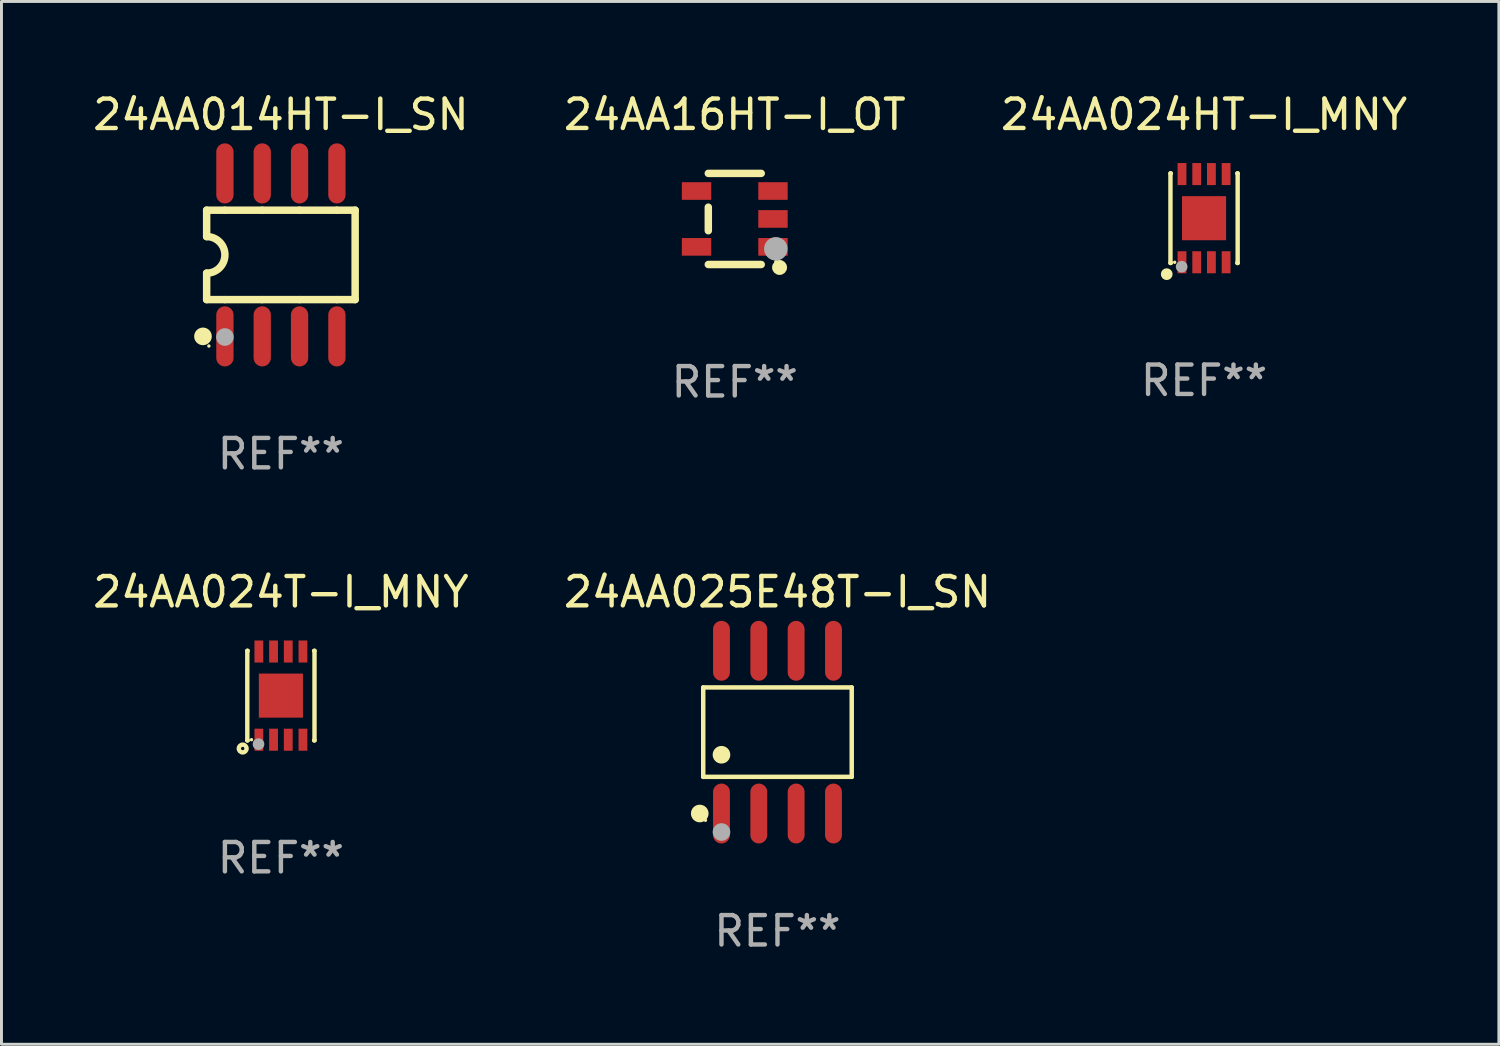
<source format=kicad_pcb>
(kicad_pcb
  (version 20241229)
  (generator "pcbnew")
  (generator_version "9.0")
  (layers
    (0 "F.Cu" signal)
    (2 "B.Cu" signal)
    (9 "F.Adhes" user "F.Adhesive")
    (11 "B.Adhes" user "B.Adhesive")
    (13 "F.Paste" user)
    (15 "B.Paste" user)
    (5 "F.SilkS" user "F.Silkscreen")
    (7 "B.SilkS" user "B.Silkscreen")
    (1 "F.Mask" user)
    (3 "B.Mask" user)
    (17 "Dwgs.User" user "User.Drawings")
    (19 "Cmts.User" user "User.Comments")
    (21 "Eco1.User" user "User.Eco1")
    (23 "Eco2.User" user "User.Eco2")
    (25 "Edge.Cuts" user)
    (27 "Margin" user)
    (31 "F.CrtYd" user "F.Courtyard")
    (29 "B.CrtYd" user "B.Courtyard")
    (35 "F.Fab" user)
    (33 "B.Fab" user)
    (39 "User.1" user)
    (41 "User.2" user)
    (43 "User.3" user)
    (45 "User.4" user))
  (footprint "24AA014HT-I_SN"
    (layer "F.Cu")
    (at 6.506 5.621)
    (property "Reference" "24AA014HT-I_SN" (at 0 -4.772 0) (layer "F.SilkS") (effects (font (size 1 1) (thickness 0.15))))
    (attr through_hole)
    (fp_line (start -2.526 -1.521) (end -2.526 -0.621) (stroke (width 0.254) (type solid)) (layer "F.SilkS"))
    (fp_line (start -2.526 -1.521) (end -1.916 -1.521) (stroke (width 0.254) (type solid)) (layer "F.SilkS"))
    (fp_line (start -2.526 1.521) (end -2.526 0.621) (stroke (width 0.254) (type solid)) (layer "F.SilkS"))
    (fp_line (start -1.916 1.521) (end -2.526 1.521) (stroke (width 0.254) (type solid)) (layer "F.SilkS"))
    (fp_line (start -1.894 -1.521) (end -0.646 -1.521) (stroke (width 0.254) (type solid)) (layer "F.SilkS"))
    (fp_line (start -0.646 1.521) (end -1.894 1.521) (stroke (width 0.254) (type solid)) (layer "F.SilkS"))
    (fp_line (start -0.624 -1.521) (end 0.624 -1.521) (stroke (width 0.254) (type solid)) (layer "F.SilkS"))
    (fp_line (start 0.624 1.521) (end -0.624 1.521) (stroke (width 0.254) (type solid)) (layer "F.SilkS"))
    (fp_line (start 0.646 -1.521) (end 1.894 -1.521) (stroke (width 0.254) (type solid)) (layer "F.SilkS"))
    (fp_line (start 1.894 1.521) (end 0.646 1.521) (stroke (width 0.254) (type solid)) (layer "F.SilkS"))
    (fp_line (start 1.916 -1.521) (end 2.526 -1.521) (stroke (width 0.254) (type solid)) (layer "F.SilkS"))
    (fp_line (start 2.526 -1.521) (end 2.526 1.521) (stroke (width 0.254) (type solid)) (layer "F.SilkS"))
    (fp_line (start 2.526 1.521) (end 1.916 1.521) (stroke (width 0.254) (type solid)) (layer "F.SilkS"))
    (fp_arc (start -2.526492 -0.622555) (mid -1.904521 -0.000711) (end -2.526238 0.621387) (stroke (width 0.254001) (type solid)) (layer "F.SilkS"))
    (fp_circle (center -2.651 2.772) (end -2.501 2.772) (stroke (width 0.3) (type solid)) (fill no) (layer "F.SilkS"))
    (fp_circle (center -2.45 3.1) (end -2.42 3.1) (stroke (width 0.06) (type solid)) (fill no) (layer "F.SilkS"))
    (fp_circle (center -1.905 2.794) (end -1.755 2.794) (stroke (width 0.3) (type solid)) (fill no) (layer "F.Fab"))
    (fp_text user "REF**" (at 0 6.772 0) (layer "F.Fab") (effects (font (size 1 1) (thickness 0.15))))
    (pad "1" smd oval (at -1.905 2.772) (size 0.588 2.045) (layers "F.Cu" "F.Mask" "F.Paste"))
    (pad "2" smd oval (at -0.635 2.772) (size 0.588 2.045) (layers "F.Cu" "F.Mask" "F.Paste"))
    (pad "3" smd oval (at 0.635 2.772) (size 0.588 2.045) (layers "F.Cu" "F.Mask" "F.Paste"))
    (pad "4" smd oval (at 1.905 2.772) (size 0.588 2.045) (layers "F.Cu" "F.Mask" "F.Paste"))
    (pad "5" smd oval (at 1.905 -2.772) (size 0.588 2.045) (layers "F.Cu" "F.Mask" "F.Paste"))
    (pad "6" smd oval (at 0.635 -2.772) (size 0.588 2.045) (layers "F.Cu" "F.Mask" "F.Paste"))
    (pad "7" smd oval (at -0.635 -2.772) (size 0.588 2.045) (layers "F.Cu" "F.Mask" "F.Paste"))
    (pad "8" smd oval (at -1.905 -2.772) (size 0.588 2.045) (layers "F.Cu" "F.Mask" "F.Paste")))
  (footprint "24AA16HT-I_OT"
    (layer "F.Cu")
    (at 21.946 4.398)
    (property "Reference" "24AA16HT-I_OT" (at 0 -3.55 0) (layer "F.SilkS") (effects (font (size 1 1) (thickness 0.15))))
    (attr through_hole)
    (fp_line (start -0.9 -1.55) (end 0.9 -1.55) (stroke (width 0.254) (type solid)) (layer "F.SilkS"))
    (fp_line (start -0.9 0.4) (end -0.9 -0.4) (stroke (width 0.254) (type solid)) (layer "F.SilkS"))
    (fp_line (start -0.9 1.55) (end 0.9 1.55) (stroke (width 0.254) (type solid)) (layer "F.SilkS"))
    (fp_circle (center 1.4 1.45) (end 1.43 1.45) (stroke (width 0.06) (type solid)) (fill no) (layer "F.SilkS"))
    (fp_circle (center 1.524 1.651) (end 1.651 1.651) (stroke (width 0.254) (type solid)) (fill no) (layer "F.SilkS"))
    (fp_circle (center 1.397 1.016) (end 1.597 1.016) (stroke (width 0.4) (type solid)) (fill no) (layer "F.Fab"))
    (fp_text user "REF**" (at 0 5.55 0) (layer "F.Fab") (effects (font (size 1 1) (thickness 0.15))))
    (pad "1" smd rect (at 1.3 0.95) (size 1 0.6) (layers "F.Cu" "F.Mask" "F.Paste"))
    (pad "2" smd rect (at 1.3 -0.000051) (size 1 0.6) (layers "F.Cu" "F.Mask" "F.Paste"))
    (pad "3" smd rect (at 1.3 -0.95) (size 1 0.6) (layers "F.Cu" "F.Mask" "F.Paste"))
    (pad "4" smd rect (at -1.3 -0.95) (size 1 0.6) (layers "F.Cu" "F.Mask" "F.Paste"))
    (pad "5" smd rect (at -1.3 0.95) (size 1 0.6) (layers "F.Cu" "F.Mask" "F.Paste")))
  (footprint "24AA024T-I_MNY"
    (layer "F.Cu")
    (at 6.506 20.614)
    (property "Reference" "24AA024T-I_MNY" (at 0 -3.524 0) (layer "F.SilkS") (effects (font (size 1 1) (thickness 0.15))))
    (attr through_hole)
    (fp_line (start -1.143 -1.524) (end -1.143 1.524) (stroke (width 0.15) (type solid)) (layer "F.SilkS"))
    (fp_line (start -1.143 1.524) (end -1.129 1.524) (stroke (width 0.15) (type solid)) (layer "F.SilkS"))
    (fp_line (start -1.129 -1.524) (end -1.143 -1.524) (stroke (width 0.15) (type solid)) (layer "F.SilkS"))
    (fp_line (start 1.129 1.524) (end 1.143 1.524) (stroke (width 0.15) (type solid)) (layer "F.SilkS"))
    (fp_line (start 1.143 -1.524) (end 1.129 -1.524) (stroke (width 0.15) (type solid)) (layer "F.SilkS"))
    (fp_line (start 1.143 1.524) (end 1.143 -1.524) (stroke (width 0.15) (type solid)) (layer "F.SilkS"))
    (fp_circle (center -1.3 1.8) (end -1.243 1.8) (stroke (width 0.15) (type solid)) (fill no) (layer "F.SilkS"))
    (fp_circle (center -1 1.5) (end -0.97 1.5) (stroke (width 0.06) (type solid)) (fill no) (layer "F.SilkS"))
    (fp_circle (center -0.762 1.651) (end -0.662 1.651) (stroke (width 0.2) (type solid)) (fill no) (layer "F.Fab"))
    (fp_text user "REF**" (at 0 5.524 0) (layer "F.Fab") (effects (font (size 1 1) (thickness 0.15))))
    (pad "1" smd rect (at -0.75 1.5 90) (size 0.75 0.3) (layers "F.Cu" "F.Mask" "F.Paste"))
    (pad "2" smd rect (at -0.25 1.5 90) (size 0.75 0.3) (layers "F.Cu" "F.Mask" "F.Paste"))
    (pad "3" smd rect (at 0.25 1.5 90) (size 0.75 0.3) (layers "F.Cu" "F.Mask" "F.Paste"))
    (pad "4" smd rect (at 0.75 1.5 90) (size 0.75 0.3) (layers "F.Cu" "F.Mask" "F.Paste"))
    (pad "5" smd rect (at 0.75 -1.5 90) (size 0.75 0.3) (layers "F.Cu" "F.Mask" "F.Paste"))
    (pad "6" smd rect (at 0.25 -1.5 90) (size 0.75 0.3) (layers "F.Cu" "F.Mask" "F.Paste"))
    (pad "7" smd rect (at -0.25 -1.5 90) (size 0.75 0.3) (layers "F.Cu" "F.Mask" "F.Paste"))
    (pad "8" smd rect (at -0.75 -1.5 90) (size 0.75 0.3) (layers "F.Cu" "F.Mask" "F.Paste"))
    (pad "9" smd rect (at -0.000203 0.000457 90) (size 1.5 1.5) (layers "F.Cu" "F.Mask" "F.Paste")))
  (footprint "24AA025E48T-I_SN"
    (layer "F.Cu")
    (at 23.399 21.857)
    (property "Reference" "24AA025E48T-I_SN" (at 0 -4.768 0) (layer "F.SilkS") (effects (font (size 1 1) (thickness 0.15))))
    (attr through_hole)
    (fp_line (start -2.526 -1.521) (end 2.526 -1.521) (stroke (width 0.152) (type solid)) (layer "F.SilkS"))
    (fp_line (start -2.526 1.521) (end -2.526 -1.521) (stroke (width 0.152) (type solid)) (layer "F.SilkS"))
    (fp_line (start 2.526 -1.521) (end 2.526 1.521) (stroke (width 0.152) (type solid)) (layer "F.SilkS"))
    (fp_line (start 2.526 1.521) (end -2.526 1.521) (stroke (width 0.152) (type solid)) (layer "F.SilkS"))
    (fp_circle (center -2.644 2.768) (end -2.494 2.768) (stroke (width 0.3) (type solid)) (fill no) (layer "F.SilkS"))
    (fp_circle (center -2.45 2.998) (end -2.42 2.998) (stroke (width 0.06) (type solid)) (fill no) (layer "F.SilkS"))
    (fp_circle (center -1.905 0.769) (end -1.755 0.769) (stroke (width 0.3) (type solid)) (fill no) (layer "F.SilkS"))
    (fp_circle (center -1.905 3.398) (end -1.755 3.398) (stroke (width 0.3) (type solid)) (fill no) (layer "F.Fab"))
    (fp_text user "REF**" (at 0 6.768 0) (layer "F.Fab") (effects (font (size 1 1) (thickness 0.15))))
    (pad "1" smd oval (at -1.905 2.768) (size 0.574 2.036) (layers "F.Cu" "F.Mask" "F.Paste"))
    (pad "2" smd oval (at -0.635 2.768) (size 0.574 2.036) (layers "F.Cu" "F.Mask" "F.Paste"))
    (pad "3" smd oval (at 0.635 2.768) (size 0.574 2.036) (layers "F.Cu" "F.Mask" "F.Paste"))
    (pad "4" smd oval (at 1.905 2.768) (size 0.574 2.036) (layers "F.Cu" "F.Mask" "F.Paste"))
    (pad "5" smd oval (at 1.905 -2.768) (size 0.574 2.036) (layers "F.Cu" "F.Mask" "F.Paste"))
    (pad "6" smd oval (at 0.635 -2.768) (size 0.574 2.036) (layers "F.Cu" "F.Mask" "F.Paste"))
    (pad "7" smd oval (at -0.635 -2.768) (size 0.574 2.036) (layers "F.Cu" "F.Mask" "F.Paste"))
    (pad "8" smd oval (at -1.905 -2.768) (size 0.574 2.036) (layers "F.Cu" "F.Mask" "F.Paste")))
  (footprint "24AA024HT-I_MNY"
    (layer "F.Cu")
    (at 37.911 4.372)
    (property "Reference" "24AA024HT-I_MNY" (at 0 -3.524 0) (layer "F.SilkS") (effects (font (size 1 1) (thickness 0.15))))
    (attr through_hole)
    (fp_line (start -1.143 -1.524) (end -1.143 1.524) (stroke (width 0.15) (type solid)) (layer "F.SilkS"))
    (fp_line (start -1.143 1.524) (end -1.129 1.524) (stroke (width 0.15) (type solid)) (layer "F.SilkS"))
    (fp_line (start -1.129 -1.524) (end -1.143 -1.524) (stroke (width 0.15) (type solid)) (layer "F.SilkS"))
    (fp_line (start 1.129 1.524) (end 1.143 1.524) (stroke (width 0.15) (type solid)) (layer "F.SilkS"))
    (fp_line (start 1.143 -1.524) (end 1.129 -1.524) (stroke (width 0.15) (type solid)) (layer "F.SilkS"))
    (fp_line (start 1.143 1.524) (end 1.143 -1.524) (stroke (width 0.15) (type solid)) (layer "F.SilkS"))
    (fp_circle (center -1.27 1.905) (end -1.17 1.905) (stroke (width 0.2) (type solid)) (fill no) (layer "F.SilkS"))
    (fp_circle (center -1 1.5) (end -0.97 1.5) (stroke (width 0.06) (type solid)) (fill no) (layer "F.SilkS"))
    (fp_circle (center -0.762 1.651) (end -0.662 1.651) (stroke (width 0.2) (type solid)) (fill no) (layer "F.Fab"))
    (fp_text user "REF**" (at 0 5.524 0) (layer "F.Fab") (effects (font (size 1 1) (thickness 0.15))))
    (pad "1" smd rect (at -0.75 1.5 90) (size 0.75 0.3) (layers "F.Cu" "F.Mask" "F.Paste"))
    (pad "2" smd rect (at -0.25 1.5 90) (size 0.75 0.3) (layers "F.Cu" "F.Mask" "F.Paste"))
    (pad "3" smd rect (at 0.25 1.5 90) (size 0.75 0.3) (layers "F.Cu" "F.Mask" "F.Paste"))
    (pad "4" smd rect (at 0.75 1.5 90) (size 0.75 0.3) (layers "F.Cu" "F.Mask" "F.Paste"))
    (pad "5" smd rect (at 0.75 -1.5 90) (size 0.75 0.3) (layers "F.Cu" "F.Mask" "F.Paste"))
    (pad "6" smd rect (at 0.25 -1.5 90) (size 0.75 0.3) (layers "F.Cu" "F.Mask" "F.Paste"))
    (pad "7" smd rect (at -0.25 -1.5 90) (size 0.75 0.3) (layers "F.Cu" "F.Mask" "F.Paste"))
    (pad "8" smd rect (at -0.75 -1.5 90) (size 0.75 0.3) (layers "F.Cu" "F.Mask" "F.Paste"))
    (pad "9" smd rect (at -0.000254 0.001 90) (size 1.5 1.5) (layers "F.Cu" "F.Mask" "F.Paste")))
  (gr_rect
    (start -3 -3)
    (end 47.94 32.474)
    (stroke (width 0.1) (type default))
    (fill no)
    (layer "Edge.Cuts")))
</source>
